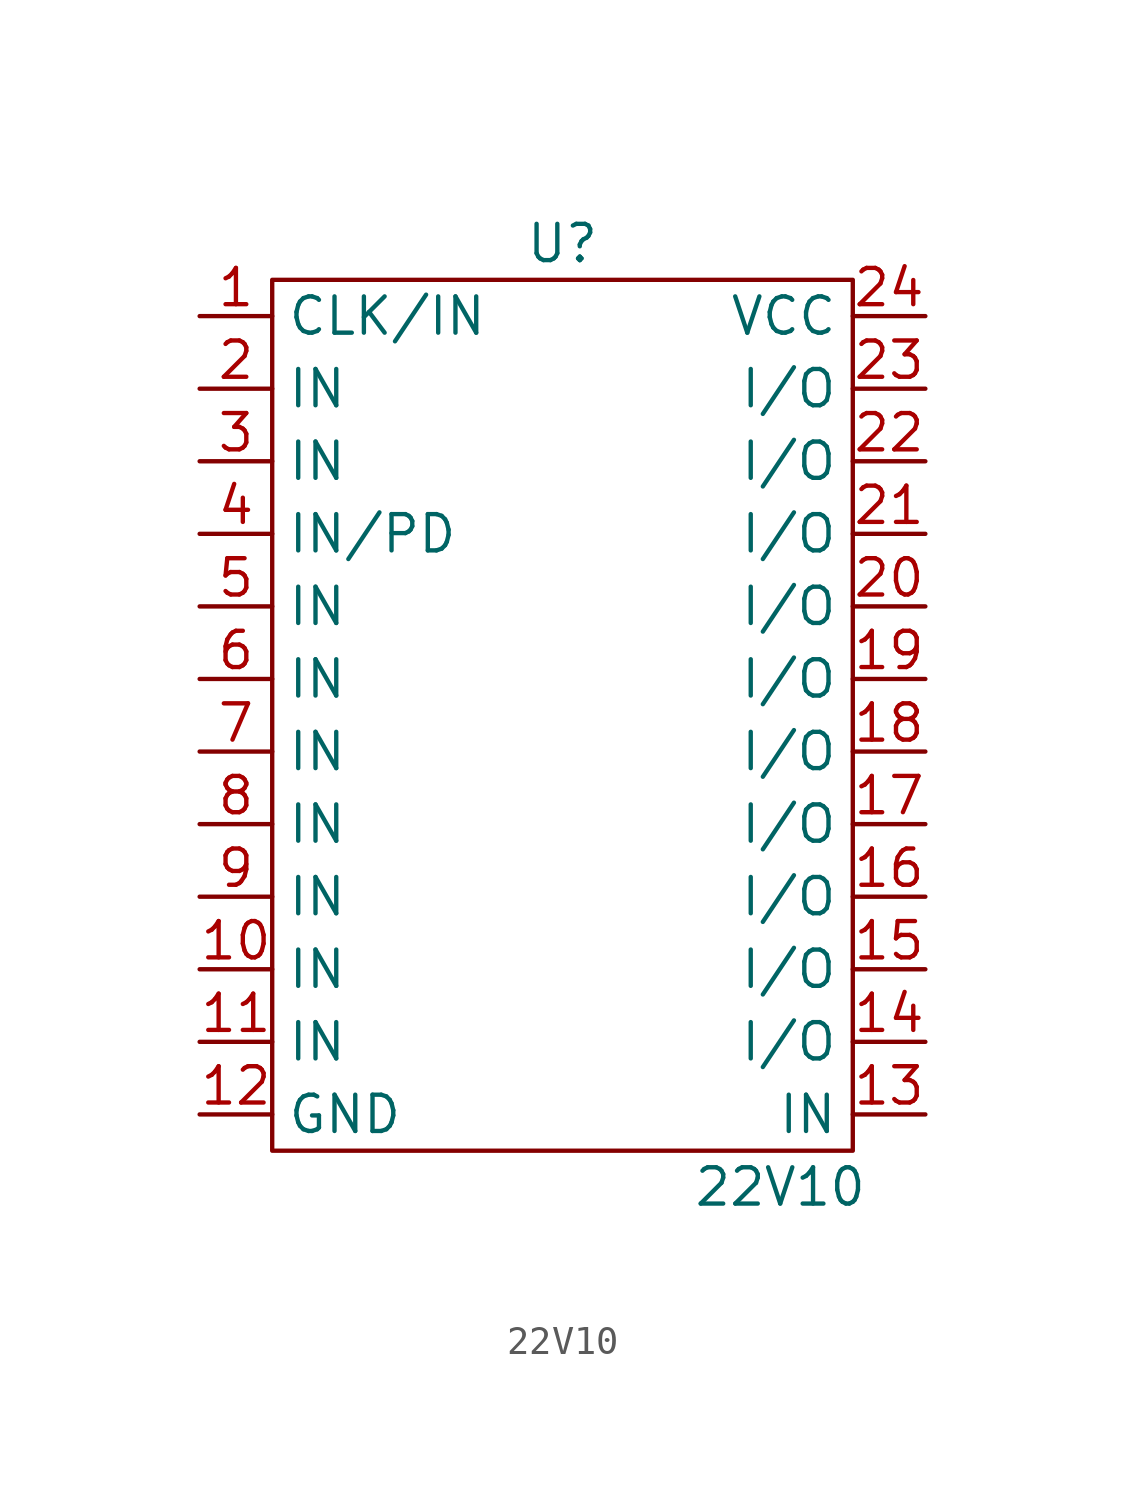
<source format=kicad_sym>
(kicad_symbol_lib
  (version 20211014)
  (generator kicad_symbol_editor)
  (symbol "22V10"
    (property "Reference" "U"
      (at 0 0 0)
      (effects (font (size 1.27 1.27))))
    (property "Value" "22V10"
      (at 7.62 -33.02 0)
      (effects (font (size 1.27 1.27))))
    (symbol "22V10_0_1"
      (rectangle (start -10.16 -1.27) (end 10.16 -31.75) (stroke (width 0) (type default) (color 0 0 0 0)) (fill (type none))))
    (symbol "22V10_1_1"
      (pin input line (at -12.7 -2.54 0) (length 2.54) (name "CLK/IN" (effects (font (size 1.27 1.27)))) (number "1" (effects (font (size 1.27 1.27)))))
      (pin input line (at -12.7 -25.4 0) (length 2.54) (name "IN" (effects (font (size 1.27 1.27)))) (number "10" (effects (font (size 1.27 1.27)))))
      (pin input line (at -12.7 -27.94 0) (length 2.54) (name "IN" (effects (font (size 1.27 1.27)))) (number "11" (effects (font (size 1.27 1.27)))))
      (pin power_out line (at -12.7 -30.48 0) (length 2.54) (name "GND" (effects (font (size 1.27 1.27)))) (number "12" (effects (font (size 1.27 1.27)))))
      (pin input line (at 12.7 -30.48 180) (length 2.54) (name "IN" (effects (font (size 1.27 1.27)))) (number "13" (effects (font (size 1.27 1.27)))))
      (pin bidirectional line (at 12.7 -27.94 180) (length 2.54) (name "I/O" (effects (font (size 1.27 1.27)))) (number "14" (effects (font (size 1.27 1.27)))))
      (pin bidirectional line (at 12.7 -25.4 180) (length 2.54) (name "I/O" (effects (font (size 1.27 1.27)))) (number "15" (effects (font (size 1.27 1.27)))))
      (pin bidirectional line (at 12.7 -22.86 180) (length 2.54) (name "I/O" (effects (font (size 1.27 1.27)))) (number "16" (effects (font (size 1.27 1.27)))))
      (pin bidirectional line (at 12.7 -20.32 180) (length 2.54) (name "I/O" (effects (font (size 1.27 1.27)))) (number "17" (effects (font (size 1.27 1.27)))))
      (pin bidirectional line (at 12.7 -17.78 180) (length 2.54) (name "I/O" (effects (font (size 1.27 1.27)))) (number "18" (effects (font (size 1.27 1.27)))))
      (pin bidirectional line (at 12.7 -15.24 180) (length 2.54) (name "I/O" (effects (font (size 1.27 1.27)))) (number "19" (effects (font (size 1.27 1.27)))))
      (pin input line (at -12.7 -5.08 0) (length 2.54) (name "IN" (effects (font (size 1.27 1.27)))) (number "2" (effects (font (size 1.27 1.27)))))
      (pin bidirectional line (at 12.7 -12.7 180) (length 2.54) (name "I/O" (effects (font (size 1.27 1.27)))) (number "20" (effects (font (size 1.27 1.27)))))
      (pin bidirectional line (at 12.7 -10.16 180) (length 2.54) (name "I/O" (effects (font (size 1.27 1.27)))) (number "21" (effects (font (size 1.27 1.27)))))
      (pin bidirectional line (at 12.7 -7.62 180) (length 2.54) (name "I/O" (effects (font (size 1.27 1.27)))) (number "22" (effects (font (size 1.27 1.27)))))
      (pin bidirectional line (at 12.7 -5.08 180) (length 2.54) (name "I/O" (effects (font (size 1.27 1.27)))) (number "23" (effects (font (size 1.27 1.27)))))
      (pin power_in line (at 12.7 -2.54 180) (length 2.54) (name "VCC" (effects (font (size 1.27 1.27)))) (number "24" (effects (font (size 1.27 1.27)))))
      (pin input line (at -12.7 -7.62 0) (length 2.54) (name "IN" (effects (font (size 1.27 1.27)))) (number "3" (effects (font (size 1.27 1.27)))))
      (pin input line (at -12.7 -10.16 0) (length 2.54) (name "IN/PD" (effects (font (size 1.27 1.27)))) (number "4" (effects (font (size 1.27 1.27)))))
      (pin input line (at -12.7 -12.7 0) (length 2.54) (name "IN" (effects (font (size 1.27 1.27)))) (number "5" (effects (font (size 1.27 1.27)))))
      (pin input line (at -12.7 -15.24 0) (length 2.54) (name "IN" (effects (font (size 1.27 1.27)))) (number "6" (effects (font (size 1.27 1.27)))))
      (pin input line (at -12.7 -17.78 0) (length 2.54) (name "IN" (effects (font (size 1.27 1.27)))) (number "7" (effects (font (size 1.27 1.27)))))
      (pin input line (at -12.7 -20.32 0) (length 2.54) (name "IN" (effects (font (size 1.27 1.27)))) (number "8" (effects (font (size 1.27 1.27)))))
      (pin input line (at -12.7 -22.86 0) (length 2.54) (name "IN" (effects (font (size 1.27 1.27)))) (number "9" (effects (font (size 1.27 1.27))))))))
</source>
